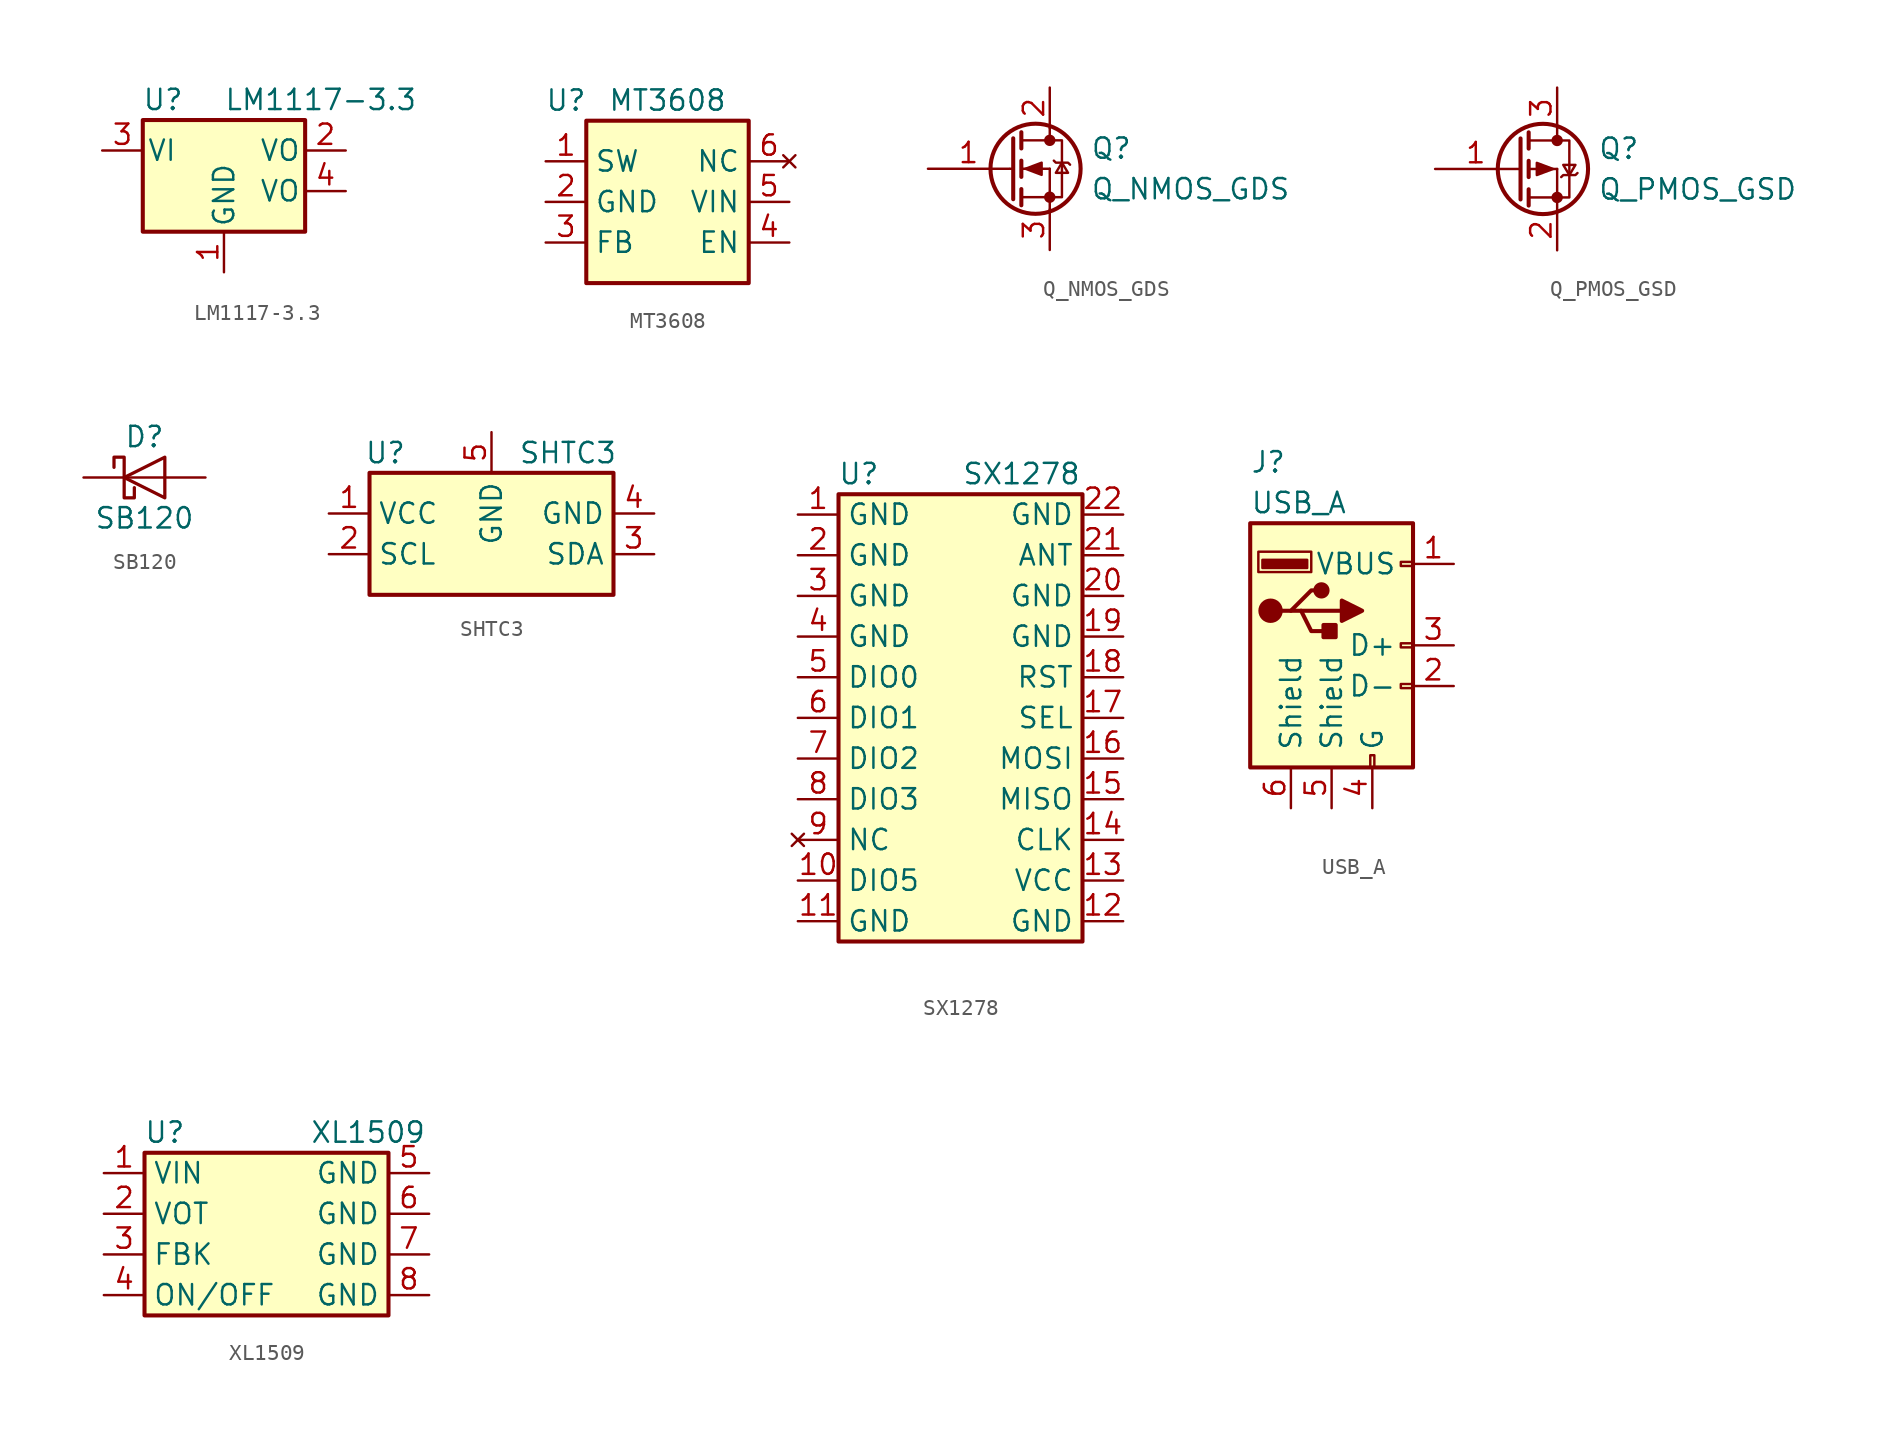
<source format=kicad_sym>
(kicad_symbol_lib
  (version 20211014)
  (generator kicad_symbol_editor)
  (symbol "LM1117-3.3"
    (pin_names
      (offset 0.254))
    (property "Reference" "U"
      (at -3.81 3.175 0)
      (effects (font (size 1.27 1.27))))
    (property "Value" "LM1117-3.3"
      (at 0 3.175 0)
      (effects (font (size 1.27 1.27)) (justify left)))
    (symbol "LM1117-3.3_0_1"
      (rectangle (start -5.08 -5.08) (end 5.08 1.905) (stroke (width 0.254) (type default) (color 0 0 0 0)) (fill (type background))))
    (symbol "LM1117-3.3_1_1"
      (pin power_in line (at 0 -7.62 90) (length 2.54) (name "GND" (effects (font (size 1.27 1.27)))) (number "1" (effects (font (size 1.27 1.27)))))
      (pin power_out line (at 7.62 0 180) (length 2.54) (name "VO" (effects (font (size 1.27 1.27)))) (number "2" (effects (font (size 1.27 1.27)))))
      (pin power_in line (at -7.62 0 0) (length 2.54) (name "VI" (effects (font (size 1.27 1.27)))) (number "3" (effects (font (size 1.27 1.27)))))
      (pin passive line (at 7.62 -2.54 180) (length 2.54) (name "VO" (effects (font (size 1.27 1.27)))) (number "4" (effects (font (size 1.27 1.27)))))))
  (symbol "MT3608"
    (property "Reference" "U"
      (at -6.35 6.35 0)
      (effects (font (size 1.27 1.27))))
    (property "Value" "MT3608"
      (at 0 6.35 0)
      (effects (font (size 1.27 1.27))))
    (symbol "MT3608_0_1"
      (rectangle (start -5.08 5.08) (end 5.08 -5.08) (stroke (width 0.254) (type default) (color 0 0 0 0)) (fill (type background))))
    (symbol "MT3608_1_1"
      (pin passive line (at -7.62 2.54 0) (length 2.54) (name "SW" (effects (font (size 1.27 1.27)))) (number "1" (effects (font (size 1.27 1.27)))))
      (pin power_in line (at -7.62 0 0) (length 2.54) (name "GND" (effects (font (size 1.27 1.27)))) (number "2" (effects (font (size 1.27 1.27)))))
      (pin input line (at -7.62 -2.54 0) (length 2.54) (name "FB" (effects (font (size 1.27 1.27)))) (number "3" (effects (font (size 1.27 1.27)))))
      (pin input line (at 7.62 -2.54 180) (length 2.54) (name "EN" (effects (font (size 1.27 1.27)))) (number "4" (effects (font (size 1.27 1.27)))))
      (pin power_in line (at 7.62 0 180) (length 2.54) (name "VIN" (effects (font (size 1.27 1.27)))) (number "5" (effects (font (size 1.27 1.27)))))
      (pin no_connect line (at 7.62 2.54 180) (length 2.54) (name "NC" (effects (font (size 1.27 1.27)))) (number "6" (effects (font (size 1.27 1.27)))))))
  (symbol "Q_NMOS_GDS"
    (pin_names
      (offset 0) hide)
    (property "Reference" "Q"
      (at 5.08 1.27 0)
      (effects (font (size 1.27 1.27)) (justify left)))
    (property "Value" "Q_NMOS_GDS"
      (at 5.08 -1.27 0)
      (effects (font (size 1.27 1.27)) (justify left)))
    (symbol "Q_NMOS_GDS_0_1"
      (polyline (pts (xy 0.051 0) (xy 0.254 0)) (stroke (width 0) (type default) (color 0 0 0 0)) (fill (type none)))
      (polyline (pts (xy 0.762 -1.778) (xy 2.54 -1.778)) (stroke (width 0) (type default) (color 0 0 0 0)) (fill (type none)))
      (polyline (pts (xy 0.762 -1.27) (xy 0.762 -2.286)) (stroke (width 0.254) (type default) (color 0 0 0 0)) (fill (type none)))
      (polyline (pts (xy 0.762 0) (xy 2.54 0)) (stroke (width 0) (type default) (color 0 0 0 0)) (fill (type none)))
      (polyline (pts (xy 0.762 0.508) (xy 0.762 -0.508)) (stroke (width 0.254) (type default) (color 0 0 0 0)) (fill (type none)))
      (polyline (pts (xy 0.762 1.778) (xy 2.54 1.778)) (stroke (width 0) (type default) (color 0 0 0 0)) (fill (type none)))
      (polyline (pts (xy 0.762 2.286) (xy 0.762 1.27)) (stroke (width 0.254) (type default) (color 0 0 0 0)) (fill (type none)))
      (polyline (pts (xy 2.54 -1.778) (xy 2.54 -2.54)) (stroke (width 0) (type default) (color 0 0 0 0)) (fill (type none)))
      (polyline (pts (xy 2.54 -1.778) (xy 2.54 0)) (stroke (width 0) (type default) (color 0 0 0 0)) (fill (type none)))
      (polyline (pts (xy 2.54 2.54) (xy 2.54 1.778)) (stroke (width 0) (type default) (color 0 0 0 0)) (fill (type none)))
      (polyline (pts (xy 0.254 1.905) (xy 0.254 -1.905) (xy 0.254 -1.905)) (stroke (width 0.254) (type default) (color 0 0 0 0)) (fill (type none)))
      (polyline (pts (xy 1.016 0) (xy 2.032 0.381) (xy 2.032 -0.381) (xy 1.016 0)) (stroke (width 0) (type default) (color 0 0 0 0)) (fill (type outline)))
      (polyline (pts (xy 2.54 -1.778) (xy 3.302 -1.778) (xy 3.302 1.778) (xy 2.54 1.778)) (stroke (width 0) (type default) (color 0 0 0 0)) (fill (type none)))
      (polyline (pts (xy 2.794 0.508) (xy 2.921 0.381) (xy 3.683 0.381) (xy 3.81 0.254)) (stroke (width 0) (type default) (color 0 0 0 0)) (fill (type none)))
      (polyline (pts (xy 3.302 0.381) (xy 2.921 -0.254) (xy 3.683 -0.254) (xy 3.302 0.381)) (stroke (width 0) (type default) (color 0 0 0 0)) (fill (type none)))
      (circle (center 1.651 0) (radius 2.819) (stroke (width 0.254) (type default) (color 0 0 0 0)) (fill (type none)))
      (circle (center 2.54 -1.778) (radius 0.279) (stroke (width 0) (type default) (color 0 0 0 0)) (fill (type outline)))
      (circle (center 2.54 1.778) (radius 0.279) (stroke (width 0) (type default) (color 0 0 0 0)) (fill (type outline))))
    (symbol "Q_NMOS_GDS_1_1"
      (pin input line (at -5.08 0 0) (length 5.08) (name "G" (effects (font (size 1.27 1.27)))) (number "1" (effects (font (size 1.27 1.27)))))
      (pin passive line (at 2.54 5.08 270) (length 2.54) (name "D" (effects (font (size 1.27 1.27)))) (number "2" (effects (font (size 1.27 1.27)))))
      (pin passive line (at 2.54 -5.08 90) (length 2.54) (name "S" (effects (font (size 1.27 1.27)))) (number "3" (effects (font (size 1.27 1.27)))))))
  (symbol "Q_PMOS_GSD"
    (pin_names
      (offset 0) hide)
    (property "Reference" "Q"
      (at 5.08 1.27 0)
      (effects (font (size 1.27 1.27)) (justify left)))
    (property "Value" "Q_PMOS_GSD"
      (at 5.08 -1.27 0)
      (effects (font (size 1.27 1.27)) (justify left)))
    (symbol "Q_PMOS_GSD_0_1"
      (polyline (pts (xy 0.051 0) (xy 0.254 0)) (stroke (width 0) (type default) (color 0 0 0 0)) (fill (type none)))
      (polyline (pts (xy 0.762 -1.778) (xy 2.54 -1.778)) (stroke (width 0) (type default) (color 0 0 0 0)) (fill (type none)))
      (polyline (pts (xy 0.762 -1.27) (xy 0.762 -2.286)) (stroke (width 0.254) (type default) (color 0 0 0 0)) (fill (type none)))
      (polyline (pts (xy 0.762 0) (xy 2.54 0)) (stroke (width 0) (type default) (color 0 0 0 0)) (fill (type none)))
      (polyline (pts (xy 0.762 0.508) (xy 0.762 -0.508)) (stroke (width 0.254) (type default) (color 0 0 0 0)) (fill (type none)))
      (polyline (pts (xy 0.762 1.778) (xy 2.54 1.778)) (stroke (width 0) (type default) (color 0 0 0 0)) (fill (type none)))
      (polyline (pts (xy 0.762 2.286) (xy 0.762 1.27)) (stroke (width 0.254) (type default) (color 0 0 0 0)) (fill (type none)))
      (polyline (pts (xy 2.54 -1.778) (xy 2.54 -2.54)) (stroke (width 0) (type default) (color 0 0 0 0)) (fill (type none)))
      (polyline (pts (xy 2.54 -1.778) (xy 2.54 0)) (stroke (width 0) (type default) (color 0 0 0 0)) (fill (type none)))
      (polyline (pts (xy 2.54 2.54) (xy 2.54 1.778)) (stroke (width 0) (type default) (color 0 0 0 0)) (fill (type none)))
      (polyline (pts (xy 0.254 1.905) (xy 0.254 -1.905) (xy 0.254 -1.905)) (stroke (width 0.254) (type default) (color 0 0 0 0)) (fill (type none)))
      (polyline (pts (xy 2.286 0) (xy 1.27 -0.381) (xy 1.27 0.381) (xy 2.286 0)) (stroke (width 0) (type default) (color 0 0 0 0)) (fill (type outline)))
      (polyline (pts (xy 2.54 -1.778) (xy 3.302 -1.778) (xy 3.302 1.778) (xy 2.54 1.778)) (stroke (width 0) (type default) (color 0 0 0 0)) (fill (type none)))
      (polyline (pts (xy 2.794 -0.508) (xy 2.921 -0.381) (xy 3.683 -0.381) (xy 3.81 -0.254)) (stroke (width 0) (type default) (color 0 0 0 0)) (fill (type none)))
      (polyline (pts (xy 3.302 -0.381) (xy 2.921 0.254) (xy 3.683 0.254) (xy 3.302 -0.381)) (stroke (width 0) (type default) (color 0 0 0 0)) (fill (type none)))
      (circle (center 1.651 0) (radius 2.819) (stroke (width 0.254) (type default) (color 0 0 0 0)) (fill (type none)))
      (circle (center 2.54 -1.778) (radius 0.279) (stroke (width 0) (type default) (color 0 0 0 0)) (fill (type outline)))
      (circle (center 2.54 1.778) (radius 0.279) (stroke (width 0) (type default) (color 0 0 0 0)) (fill (type outline))))
    (symbol "Q_PMOS_GSD_1_1"
      (pin input line (at -5.08 0 0) (length 5.08) (name "G" (effects (font (size 1.27 1.27)))) (number "1" (effects (font (size 1.27 1.27)))))
      (pin passive line (at 2.54 -5.08 90) (length 2.54) (name "S" (effects (font (size 1.27 1.27)))) (number "2" (effects (font (size 1.27 1.27)))))
      (pin passive line (at 2.54 5.08 270) (length 2.54) (name "D" (effects (font (size 1.27 1.27)))) (number "3" (effects (font (size 1.27 1.27)))))))
  (symbol "SB120"
    (pin_numbers hide)
    (pin_names
      (offset 1.016) hide)
    (property "Reference" "D"
      (at 0 2.54 0)
      (effects (font (size 1.27 1.27))))
    (property "Value" "SB120"
      (at 0 -2.54 0)
      (effects (font (size 1.27 1.27))))
    (symbol "SB120_0_1"
      (polyline (pts (xy 1.27 0) (xy -1.27 0)) (stroke (width 0) (type default) (color 0 0 0 0)) (fill (type none)))
      (polyline (pts (xy 1.27 1.27) (xy 1.27 -1.27) (xy -1.27 0) (xy 1.27 1.27)) (stroke (width 0.203) (type default) (color 0 0 0 0)) (fill (type none)))
      (polyline (pts (xy -1.905 0.635) (xy -1.905 1.27) (xy -1.27 1.27) (xy -1.27 -1.27) (xy -0.635 -1.27) (xy -0.635 -0.635)) (stroke (width 0.203) (type default) (color 0 0 0 0)) (fill (type none))))
    (symbol "SB120_1_1"
      (pin passive line (at -3.81 0 0) (length 2.54) (name "K" (effects (font (size 1.27 1.27)))) (number "1" (effects (font (size 1.27 1.27)))))
      (pin passive line (at 3.81 0 180) (length 2.54) (name "A" (effects (font (size 1.27 1.27)))) (number "2" (effects (font (size 1.27 1.27)))))))
  (symbol "SHTC3"
    (property "Reference" "U"
      (at -6.629 5.055 0)
      (effects (font (size 1.27 1.27))))
    (property "Value" "SHTC3"
      (at 4.775 5.055 0)
      (effects (font (size 1.27 1.27))))
    (symbol "SHTC3_0_1"
      (rectangle (start -7.62 3.81) (end 7.62 -3.81) (stroke (width 0.254) (type default) (color 0 0 0 0)) (fill (type background))))
    (symbol "SHTC3_1_1"
      (pin power_in line (at -10.16 1.27 0) (length 2.54) (name "VCC" (effects (font (size 1.27 1.27)))) (number "1" (effects (font (size 1.27 1.27)))))
      (pin bidirectional line (at -10.16 -1.27 0) (length 2.54) (name "SCL" (effects (font (size 1.27 1.27)))) (number "2" (effects (font (size 1.27 1.27)))))
      (pin bidirectional line (at 10.16 -1.27 180) (length 2.54) (name "SDA" (effects (font (size 1.27 1.27)))) (number "3" (effects (font (size 1.27 1.27)))))
      (pin power_in line (at 10.16 1.27 180) (length 2.54) (name "GND" (effects (font (size 1.27 1.27)))) (number "4" (effects (font (size 1.27 1.27)))))
      (pin power_in line (at 0 6.35 270) (length 2.54) (name "GND" (effects (font (size 1.27 1.27)))) (number "5" (effects (font (size 1.27 1.27)))))))
  (symbol "SX1278"
    (property "Reference" "U"
      (at -6.35 15.24 0)
      (effects (font (size 1.27 1.27))))
    (property "Value" "SX1278"
      (at 3.81 15.24 0)
      (effects (font (size 1.27 1.27))))
    (symbol "SX1278_0_1"
      (rectangle (start -7.62 13.97) (end 7.62 -13.97) (stroke (width 0.254) (type default) (color 0 0 0 0)) (fill (type background))))
    (symbol "SX1278_1_1"
      (pin power_in line (at -10.16 12.7 0) (length 2.54) (name "GND" (effects (font (size 1.27 1.27)))) (number "1" (effects (font (size 1.27 1.27)))))
      (pin passive line (at -10.16 -10.16 0) (length 2.54) (name "DIO5" (effects (font (size 1.27 1.27)))) (number "10" (effects (font (size 1.27 1.27)))))
      (pin power_in line (at -10.16 -12.7 0) (length 2.54) (name "GND" (effects (font (size 1.27 1.27)))) (number "11" (effects (font (size 1.27 1.27)))))
      (pin power_in line (at 10.16 -12.7 180) (length 2.54) (name "GND" (effects (font (size 1.27 1.27)))) (number "12" (effects (font (size 1.27 1.27)))))
      (pin power_in line (at 10.16 -10.16 180) (length 2.54) (name "VCC" (effects (font (size 1.27 1.27)))) (number "13" (effects (font (size 1.27 1.27)))))
      (pin passive line (at 10.16 -7.62 180) (length 2.54) (name "CLK" (effects (font (size 1.27 1.27)))) (number "14" (effects (font (size 1.27 1.27)))))
      (pin passive line (at 10.16 -5.08 180) (length 2.54) (name "MISO" (effects (font (size 1.27 1.27)))) (number "15" (effects (font (size 1.27 1.27)))))
      (pin passive line (at 10.16 -2.54 180) (length 2.54) (name "MOSI" (effects (font (size 1.27 1.27)))) (number "16" (effects (font (size 1.27 1.27)))))
      (pin passive line (at 10.16 0 180) (length 2.54) (name "SEL" (effects (font (size 1.27 1.27)))) (number "17" (effects (font (size 1.27 1.27)))))
      (pin passive line (at 10.16 2.54 180) (length 2.54) (name "RST" (effects (font (size 1.27 1.27)))) (number "18" (effects (font (size 1.27 1.27)))))
      (pin power_in line (at 10.16 5.08 180) (length 2.54) (name "GND" (effects (font (size 1.27 1.27)))) (number "19" (effects (font (size 1.27 1.27)))))
      (pin power_in line (at -10.16 10.16 0) (length 2.54) (name "GND" (effects (font (size 1.27 1.27)))) (number "2" (effects (font (size 1.27 1.27)))))
      (pin power_in line (at 10.16 7.62 180) (length 2.54) (name "GND" (effects (font (size 1.27 1.27)))) (number "20" (effects (font (size 1.27 1.27)))))
      (pin output line (at 10.16 10.16 180) (length 2.54) (name "ANT" (effects (font (size 1.27 1.27)))) (number "21" (effects (font (size 1.27 1.27)))))
      (pin passive line (at 10.16 12.7 180) (length 2.54) (name "GND" (effects (font (size 1.27 1.27)))) (number "22" (effects (font (size 1.27 1.27)))))
      (pin power_in line (at -10.16 7.62 0) (length 2.54) (name "GND" (effects (font (size 1.27 1.27)))) (number "3" (effects (font (size 1.27 1.27)))))
      (pin power_in line (at -10.16 5.08 0) (length 2.54) (name "GND" (effects (font (size 1.27 1.27)))) (number "4" (effects (font (size 1.27 1.27)))))
      (pin passive line (at -10.16 2.54 0) (length 2.54) (name "DIO0" (effects (font (size 1.27 1.27)))) (number "5" (effects (font (size 1.27 1.27)))))
      (pin passive line (at -10.16 0 0) (length 2.54) (name "DIO1" (effects (font (size 1.27 1.27)))) (number "6" (effects (font (size 1.27 1.27)))))
      (pin passive line (at -10.16 -2.54 0) (length 2.54) (name "DIO2" (effects (font (size 1.27 1.27)))) (number "7" (effects (font (size 1.27 1.27)))))
      (pin passive line (at -10.16 -5.08 0) (length 2.54) (name "DIO3" (effects (font (size 1.27 1.27)))) (number "8" (effects (font (size 1.27 1.27)))))
      (pin no_connect line (at -10.16 -7.62 0) (length 2.54) (name "NC" (effects (font (size 1.27 1.27)))) (number "9" (effects (font (size 1.27 1.27)))))))
  (symbol "USB_A"
    (pin_names
      (offset 1.016))
    (property "Reference" "J"
      (at -5.08 11.43 0)
      (effects (font (size 1.27 1.27)) (justify left)))
    (property "Value" "USB_A"
      (at -5.08 8.89 0)
      (effects (font (size 1.27 1.27)) (justify left)))
    (symbol "USB_A_0_1"
      (rectangle (start -5.08 -7.62) (end 5.08 7.62) (stroke (width 0.254) (type default) (color 0 0 0 0)) (fill (type background)))
      (circle (center -3.81 2.159) (radius 0.635) (stroke (width 0.254) (type default) (color 0 0 0 0)) (fill (type outline)))
      (rectangle (start -1.524 4.826) (end -4.318 5.334) (stroke (width 0) (type default) (color 0 0 0 0)) (fill (type outline)))
      (rectangle (start -1.27 4.572) (end -4.572 5.842) (stroke (width 0) (type default) (color 0 0 0 0)) (fill (type none)))
      (circle (center -0.635 3.429) (radius 0.381) (stroke (width 0.254) (type default) (color 0 0 0 0)) (fill (type outline)))
      (polyline (pts (xy -3.175 2.159) (xy -2.54 2.159) (xy -1.27 3.429) (xy -0.635 3.429)) (stroke (width 0.254) (type default) (color 0 0 0 0)) (fill (type none)))
      (polyline (pts (xy -2.54 2.159) (xy -1.905 2.159) (xy -1.27 0.889) (xy 0 0.889)) (stroke (width 0.254) (type default) (color 0 0 0 0)) (fill (type none)))
      (polyline (pts (xy 0.635 2.794) (xy 0.635 1.524) (xy 1.905 2.159) (xy 0.635 2.794)) (stroke (width 0.254) (type default) (color 0 0 0 0)) (fill (type outline)))
      (rectangle (start 0.254 1.27) (end -0.508 0.508) (stroke (width 0.254) (type default) (color 0 0 0 0)) (fill (type outline)))
      (rectangle (start 2.413 -7.62) (end 2.667 -6.858) (stroke (width 0) (type default) (color 0 0 0 0)) (fill (type none)))
      (rectangle (start 5.08 -2.667) (end 4.318 -2.413) (stroke (width 0) (type default) (color 0 0 0 0)) (fill (type none)))
      (rectangle (start 5.08 -0.127) (end 4.318 0.127) (stroke (width 0) (type default) (color 0 0 0 0)) (fill (type none)))
      (rectangle (start 5.08 4.953) (end 4.318 5.207) (stroke (width 0) (type default) (color 0 0 0 0)) (fill (type none))))
    (symbol "USB_A_1_1"
      (polyline (pts (xy -1.905 2.159) (xy 0.635 2.159)) (stroke (width 0.254) (type default) (color 0 0 0 0)) (fill (type none)))
      (pin power_in line (at 7.62 5.08 180) (length 2.54) (name "VBUS" (effects (font (size 1.27 1.27)))) (number "1" (effects (font (size 1.27 1.27)))))
      (pin passive line (at 7.62 -2.54 180) (length 2.54) (name "D-" (effects (font (size 1.27 1.27)))) (number "2" (effects (font (size 1.27 1.27)))))
      (pin passive line (at 7.62 0 180) (length 2.54) (name "D+" (effects (font (size 1.27 1.27)))) (number "3" (effects (font (size 1.27 1.27)))))
      (pin power_in line (at 2.54 -10.16 90) (length 2.54) (name "G" (effects (font (size 1.27 1.27)))) (number "4" (effects (font (size 1.27 1.27)))))
      (pin passive line (at 0 -10.16 90) (length 2.54) (name "Shield" (effects (font (size 1.27 1.27)))) (number "5" (effects (font (size 1.27 1.27)))))
      (pin passive line (at -2.54 -10.16 90) (length 2.54) (name "Shield" (effects (font (size 1.27 1.27)))) (number "6" (effects (font (size 1.27 1.27)))))))
  (symbol "XL1509"
    (property "Reference" "U"
      (at -6.35 6.35 0)
      (effects (font (size 1.27 1.27))))
    (property "Value" "XL1509"
      (at 6.35 6.35 0)
      (effects (font (size 1.27 1.27))))
    (symbol "XL1509_0_1"
      (rectangle (start -7.62 5.08) (end 7.62 -5.08) (stroke (width 0.254) (type default) (color 0 0 0 0)) (fill (type background))))
    (symbol "XL1509_1_1"
      (pin power_in line (at -10.16 3.81 0) (length 2.54) (name "VIN" (effects (font (size 1.27 1.27)))) (number "1" (effects (font (size 1.27 1.27)))))
      (pin power_out line (at -10.16 1.27 0) (length 2.54) (name "VOT" (effects (font (size 1.27 1.27)))) (number "2" (effects (font (size 1.27 1.27)))))
      (pin input line (at -10.16 -1.27 0) (length 2.54) (name "FBK" (effects (font (size 1.27 1.27)))) (number "3" (effects (font (size 1.27 1.27)))))
      (pin input line (at -10.16 -3.81 0) (length 2.54) (name "ON/OFF" (effects (font (size 1.27 1.27)))) (number "4" (effects (font (size 1.27 1.27)))))
      (pin power_in line (at 10.16 3.81 180) (length 2.54) (name "GND" (effects (font (size 1.27 1.27)))) (number "5" (effects (font (size 1.27 1.27)))))
      (pin power_in line (at 10.16 1.27 180) (length 2.54) (name "GND" (effects (font (size 1.27 1.27)))) (number "6" (effects (font (size 1.27 1.27)))))
      (pin power_in line (at 10.16 -1.27 180) (length 2.54) (name "GND" (effects (font (size 1.27 1.27)))) (number "7" (effects (font (size 1.27 1.27)))))
      (pin power_in line (at 10.16 -3.81 180) (length 2.54) (name "GND" (effects (font (size 1.27 1.27)))) (number "8" (effects (font (size 1.27 1.27))))))))
</source>
